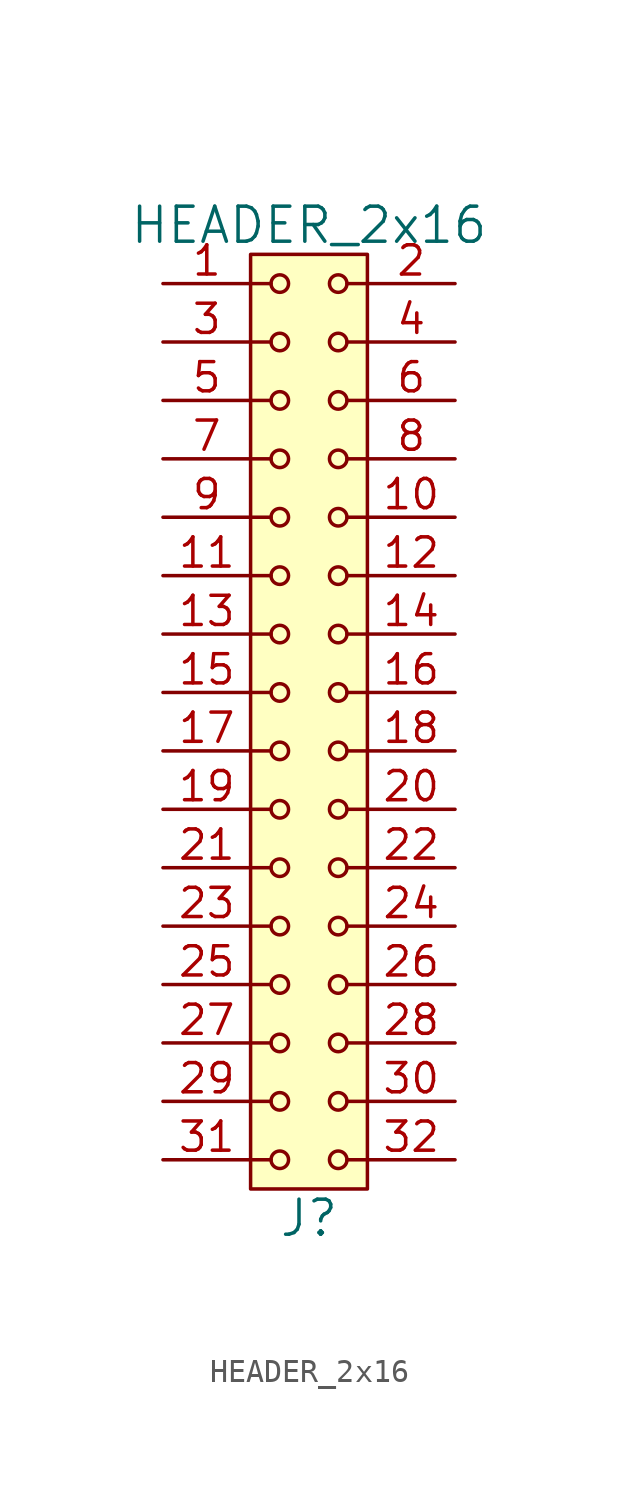
<source format=kicad_sym>
(kicad_symbol_lib
  (version 20211014)
  (generator kicad_symbol_editor)
  (symbol "HEADER_2x16"
    (pin_names
      (offset 1.016))
    (property "Reference" "J"
      (at 0 -21.59 0)
      (effects (font (size 1.524 1.524))))
    (property "Value" "HEADER_2x16"
      (at 0 21.59 0)
      (effects (font (size 1.524 1.524))))
    (property "Footprint" ""
      (at 0 19.05 0)
      (effects (font (size 1.524 1.524))))
    (property "Datasheet" ""
      (at 0 19.05 0)
      (effects (font (size 1.524 1.524))))
    (symbol "HEADER_2x16_0_1"
      (rectangle (start -2.54 20.32) (end 2.54 -20.32) (stroke (width 0) (type default) (color 0 0 0 0)) (fill (type background)))
      (circle (center -1.27 -19.05) (radius 0.381) (stroke (width 0) (type default) (color 0 0 0 0)) (fill (type none)))
      (circle (center -1.27 -16.51) (radius 0.381) (stroke (width 0) (type default) (color 0 0 0 0)) (fill (type none)))
      (circle (center -1.27 -13.97) (radius 0.381) (stroke (width 0) (type default) (color 0 0 0 0)) (fill (type none)))
      (circle (center -1.27 -11.43) (radius 0.381) (stroke (width 0) (type default) (color 0 0 0 0)) (fill (type none)))
      (circle (center -1.27 -8.89) (radius 0.381) (stroke (width 0) (type default) (color 0 0 0 0)) (fill (type none)))
      (circle (center -1.27 -6.35) (radius 0.381) (stroke (width 0) (type default) (color 0 0 0 0)) (fill (type none)))
      (circle (center -1.27 -3.81) (radius 0.381) (stroke (width 0) (type default) (color 0 0 0 0)) (fill (type none)))
      (circle (center -1.27 -1.27) (radius 0.381) (stroke (width 0) (type default) (color 0 0 0 0)) (fill (type none)))
      (circle (center -1.27 1.27) (radius 0.381) (stroke (width 0) (type default) (color 0 0 0 0)) (fill (type none)))
      (circle (center -1.27 3.81) (radius 0.381) (stroke (width 0) (type default) (color 0 0 0 0)) (fill (type none)))
      (circle (center -1.27 6.35) (radius 0.381) (stroke (width 0) (type default) (color 0 0 0 0)) (fill (type none)))
      (circle (center -1.27 8.89) (radius 0.381) (stroke (width 0) (type default) (color 0 0 0 0)) (fill (type none)))
      (circle (center -1.27 11.43) (radius 0.381) (stroke (width 0) (type default) (color 0 0 0 0)) (fill (type none)))
      (circle (center -1.27 13.97) (radius 0.381) (stroke (width 0) (type default) (color 0 0 0 0)) (fill (type none)))
      (circle (center -1.27 16.51) (radius 0.381) (stroke (width 0) (type default) (color 0 0 0 0)) (fill (type none)))
      (circle (center -1.27 19.05) (radius 0.381) (stroke (width 0) (type default) (color 0 0 0 0)) (fill (type none)))
      (polyline (pts (xy -1.651 -19.05) (xy -2.54 -19.05)) (stroke (width 0) (type default) (color 0 0 0 0)) (fill (type none)))
      (polyline (pts (xy -1.651 -16.51) (xy -2.54 -16.51)) (stroke (width 0) (type default) (color 0 0 0 0)) (fill (type none)))
      (polyline (pts (xy -1.651 -13.97) (xy -2.54 -13.97)) (stroke (width 0) (type default) (color 0 0 0 0)) (fill (type none)))
      (polyline (pts (xy -1.651 -11.43) (xy -2.54 -11.43)) (stroke (width 0) (type default) (color 0 0 0 0)) (fill (type none)))
      (polyline (pts (xy -1.651 -8.89) (xy -2.54 -8.89)) (stroke (width 0) (type default) (color 0 0 0 0)) (fill (type none)))
      (polyline (pts (xy -1.651 -6.35) (xy -2.54 -6.35)) (stroke (width 0) (type default) (color 0 0 0 0)) (fill (type none)))
      (polyline (pts (xy -1.651 -3.81) (xy -2.54 -3.81)) (stroke (width 0) (type default) (color 0 0 0 0)) (fill (type none)))
      (polyline (pts (xy -1.651 -1.27) (xy -2.54 -1.27)) (stroke (width 0) (type default) (color 0 0 0 0)) (fill (type none)))
      (polyline (pts (xy -1.651 1.27) (xy -2.54 1.27)) (stroke (width 0) (type default) (color 0 0 0 0)) (fill (type none)))
      (polyline (pts (xy -1.651 3.81) (xy -2.54 3.81)) (stroke (width 0) (type default) (color 0 0 0 0)) (fill (type none)))
      (polyline (pts (xy -1.651 6.35) (xy -2.54 6.35)) (stroke (width 0) (type default) (color 0 0 0 0)) (fill (type none)))
      (polyline (pts (xy -1.651 8.89) (xy -2.54 8.89)) (stroke (width 0) (type default) (color 0 0 0 0)) (fill (type none)))
      (polyline (pts (xy -1.651 11.43) (xy -2.54 11.43)) (stroke (width 0) (type default) (color 0 0 0 0)) (fill (type none)))
      (polyline (pts (xy -1.651 13.97) (xy -2.54 13.97)) (stroke (width 0) (type default) (color 0 0 0 0)) (fill (type none)))
      (polyline (pts (xy -1.651 16.51) (xy -2.54 16.51)) (stroke (width 0) (type default) (color 0 0 0 0)) (fill (type none)))
      (polyline (pts (xy -1.651 19.05) (xy -2.54 19.05)) (stroke (width 0) (type default) (color 0 0 0 0)) (fill (type none)))
      (polyline (pts (xy 1.651 -19.05) (xy 2.54 -19.05)) (stroke (width 0) (type default) (color 0 0 0 0)) (fill (type none)))
      (polyline (pts (xy 1.651 -16.51) (xy 2.54 -16.51)) (stroke (width 0) (type default) (color 0 0 0 0)) (fill (type none)))
      (polyline (pts (xy 1.651 -13.97) (xy 2.54 -13.97)) (stroke (width 0) (type default) (color 0 0 0 0)) (fill (type none)))
      (polyline (pts (xy 1.651 -11.43) (xy 2.54 -11.43)) (stroke (width 0) (type default) (color 0 0 0 0)) (fill (type none)))
      (polyline (pts (xy 1.651 -8.89) (xy 2.54 -8.89)) (stroke (width 0) (type default) (color 0 0 0 0)) (fill (type none)))
      (polyline (pts (xy 1.651 -6.35) (xy 2.54 -6.35)) (stroke (width 0) (type default) (color 0 0 0 0)) (fill (type none)))
      (polyline (pts (xy 1.651 -3.81) (xy 2.54 -3.81)) (stroke (width 0) (type default) (color 0 0 0 0)) (fill (type none)))
      (polyline (pts (xy 1.651 -1.27) (xy 2.54 -1.27)) (stroke (width 0) (type default) (color 0 0 0 0)) (fill (type none)))
      (polyline (pts (xy 1.651 1.27) (xy 2.54 1.27)) (stroke (width 0) (type default) (color 0 0 0 0)) (fill (type none)))
      (polyline (pts (xy 1.651 3.81) (xy 2.54 3.81)) (stroke (width 0) (type default) (color 0 0 0 0)) (fill (type none)))
      (polyline (pts (xy 1.651 6.35) (xy 2.54 6.35)) (stroke (width 0) (type default) (color 0 0 0 0)) (fill (type none)))
      (polyline (pts (xy 1.651 8.89) (xy 2.54 8.89)) (stroke (width 0) (type default) (color 0 0 0 0)) (fill (type none)))
      (polyline (pts (xy 1.651 11.43) (xy 2.54 11.43)) (stroke (width 0) (type default) (color 0 0 0 0)) (fill (type none)))
      (polyline (pts (xy 1.651 13.97) (xy 2.54 13.97)) (stroke (width 0) (type default) (color 0 0 0 0)) (fill (type none)))
      (polyline (pts (xy 1.651 16.51) (xy 2.54 16.51)) (stroke (width 0) (type default) (color 0 0 0 0)) (fill (type none)))
      (polyline (pts (xy 1.651 19.05) (xy 2.54 19.05)) (stroke (width 0) (type default) (color 0 0 0 0)) (fill (type none)))
      (circle (center 1.27 -19.05) (radius 0.381) (stroke (width 0) (type default) (color 0 0 0 0)) (fill (type none)))
      (circle (center 1.27 -16.51) (radius 0.381) (stroke (width 0) (type default) (color 0 0 0 0)) (fill (type none)))
      (circle (center 1.27 -13.97) (radius 0.381) (stroke (width 0) (type default) (color 0 0 0 0)) (fill (type none)))
      (circle (center 1.27 -11.43) (radius 0.381) (stroke (width 0) (type default) (color 0 0 0 0)) (fill (type none)))
      (circle (center 1.27 -8.89) (radius 0.381) (stroke (width 0) (type default) (color 0 0 0 0)) (fill (type none)))
      (circle (center 1.27 -6.35) (radius 0.381) (stroke (width 0) (type default) (color 0 0 0 0)) (fill (type none)))
      (circle (center 1.27 -3.81) (radius 0.381) (stroke (width 0) (type default) (color 0 0 0 0)) (fill (type none)))
      (circle (center 1.27 -1.27) (radius 0.381) (stroke (width 0) (type default) (color 0 0 0 0)) (fill (type none)))
      (circle (center 1.27 1.27) (radius 0.381) (stroke (width 0) (type default) (color 0 0 0 0)) (fill (type none)))
      (circle (center 1.27 3.81) (radius 0.381) (stroke (width 0) (type default) (color 0 0 0 0)) (fill (type none)))
      (circle (center 1.27 6.35) (radius 0.381) (stroke (width 0) (type default) (color 0 0 0 0)) (fill (type none)))
      (circle (center 1.27 8.89) (radius 0.381) (stroke (width 0) (type default) (color 0 0 0 0)) (fill (type none)))
      (circle (center 1.27 11.43) (radius 0.381) (stroke (width 0) (type default) (color 0 0 0 0)) (fill (type none)))
      (circle (center 1.27 13.97) (radius 0.381) (stroke (width 0) (type default) (color 0 0 0 0)) (fill (type none)))
      (circle (center 1.27 16.51) (radius 0.381) (stroke (width 0) (type default) (color 0 0 0 0)) (fill (type none)))
      (circle (center 1.27 19.05) (radius 0.381) (stroke (width 0) (type default) (color 0 0 0 0)) (fill (type none))))
    (symbol "HEADER_2x16_1_1"
      (pin input line (at -6.35 19.05 0) (length 3.81) (name "~" (effects (font (size 1.27 1.27)))) (number "1" (effects (font (size 1.27 1.27)))))
      (pin input line (at 6.35 8.89 180) (length 3.81) (name "~" (effects (font (size 1.27 1.27)))) (number "10" (effects (font (size 1.27 1.27)))))
      (pin input line (at -6.35 6.35 0) (length 3.81) (name "~" (effects (font (size 1.27 1.27)))) (number "11" (effects (font (size 1.27 1.27)))))
      (pin input line (at 6.35 6.35 180) (length 3.81) (name "~" (effects (font (size 1.27 1.27)))) (number "12" (effects (font (size 1.27 1.27)))))
      (pin input line (at -6.35 3.81 0) (length 3.81) (name "~" (effects (font (size 1.27 1.27)))) (number "13" (effects (font (size 1.27 1.27)))))
      (pin input line (at 6.35 3.81 180) (length 3.81) (name "~" (effects (font (size 1.27 1.27)))) (number "14" (effects (font (size 1.27 1.27)))))
      (pin input line (at -6.35 1.27 0) (length 3.81) (name "~" (effects (font (size 1.27 1.27)))) (number "15" (effects (font (size 1.27 1.27)))))
      (pin input line (at 6.35 1.27 180) (length 3.81) (name "~" (effects (font (size 1.27 1.27)))) (number "16" (effects (font (size 1.27 1.27)))))
      (pin input line (at -6.35 -1.27 0) (length 3.81) (name "~" (effects (font (size 1.27 1.27)))) (number "17" (effects (font (size 1.27 1.27)))))
      (pin input line (at 6.35 -1.27 180) (length 3.81) (name "~" (effects (font (size 1.27 1.27)))) (number "18" (effects (font (size 1.27 1.27)))))
      (pin input line (at -6.35 -3.81 0) (length 3.81) (name "~" (effects (font (size 1.27 1.27)))) (number "19" (effects (font (size 1.27 1.27)))))
      (pin input line (at 6.35 19.05 180) (length 3.81) (name "~" (effects (font (size 1.27 1.27)))) (number "2" (effects (font (size 1.27 1.27)))))
      (pin input line (at 6.35 -3.81 180) (length 3.81) (name "~" (effects (font (size 1.27 1.27)))) (number "20" (effects (font (size 1.27 1.27)))))
      (pin input line (at -6.35 -6.35 0) (length 3.81) (name "~" (effects (font (size 1.27 1.27)))) (number "21" (effects (font (size 1.27 1.27)))))
      (pin input line (at 6.35 -6.35 180) (length 3.81) (name "~" (effects (font (size 1.27 1.27)))) (number "22" (effects (font (size 1.27 1.27)))))
      (pin input line (at -6.35 -8.89 0) (length 3.81) (name "~" (effects (font (size 1.27 1.27)))) (number "23" (effects (font (size 1.27 1.27)))))
      (pin input line (at 6.35 -8.89 180) (length 3.81) (name "~" (effects (font (size 1.27 1.27)))) (number "24" (effects (font (size 1.27 1.27)))))
      (pin input line (at -6.35 -11.43 0) (length 3.81) (name "~" (effects (font (size 1.27 1.27)))) (number "25" (effects (font (size 1.27 1.27)))))
      (pin input line (at 6.35 -11.43 180) (length 3.81) (name "~" (effects (font (size 1.27 1.27)))) (number "26" (effects (font (size 1.27 1.27)))))
      (pin input line (at -6.35 -13.97 0) (length 3.81) (name "~" (effects (font (size 1.27 1.27)))) (number "27" (effects (font (size 1.27 1.27)))))
      (pin input line (at 6.35 -13.97 180) (length 3.81) (name "~" (effects (font (size 1.27 1.27)))) (number "28" (effects (font (size 1.27 1.27)))))
      (pin input line (at -6.35 -16.51 0) (length 3.81) (name "~" (effects (font (size 1.27 1.27)))) (number "29" (effects (font (size 1.27 1.27)))))
      (pin input line (at -6.35 16.51 0) (length 3.81) (name "~" (effects (font (size 1.27 1.27)))) (number "3" (effects (font (size 1.27 1.27)))))
      (pin input line (at 6.35 -16.51 180) (length 3.81) (name "~" (effects (font (size 1.27 1.27)))) (number "30" (effects (font (size 1.27 1.27)))))
      (pin input line (at -6.35 -19.05 0) (length 3.81) (name "~" (effects (font (size 1.27 1.27)))) (number "31" (effects (font (size 1.27 1.27)))))
      (pin input line (at 6.35 -19.05 180) (length 3.81) (name "~" (effects (font (size 1.27 1.27)))) (number "32" (effects (font (size 1.27 1.27)))))
      (pin input line (at 6.35 16.51 180) (length 3.81) (name "~" (effects (font (size 1.27 1.27)))) (number "4" (effects (font (size 1.27 1.27)))))
      (pin input line (at -6.35 13.97 0) (length 3.81) (name "~" (effects (font (size 1.27 1.27)))) (number "5" (effects (font (size 1.27 1.27)))))
      (pin input line (at 6.35 13.97 180) (length 3.81) (name "~" (effects (font (size 1.27 1.27)))) (number "6" (effects (font (size 1.27 1.27)))))
      (pin input line (at -6.35 11.43 0) (length 3.81) (name "~" (effects (font (size 1.27 1.27)))) (number "7" (effects (font (size 1.27 1.27)))))
      (pin input line (at 6.35 11.43 180) (length 3.81) (name "~" (effects (font (size 1.27 1.27)))) (number "8" (effects (font (size 1.27 1.27)))))
      (pin input line (at -6.35 8.89 0) (length 3.81) (name "~" (effects (font (size 1.27 1.27)))) (number "9" (effects (font (size 1.27 1.27))))))))
</source>
